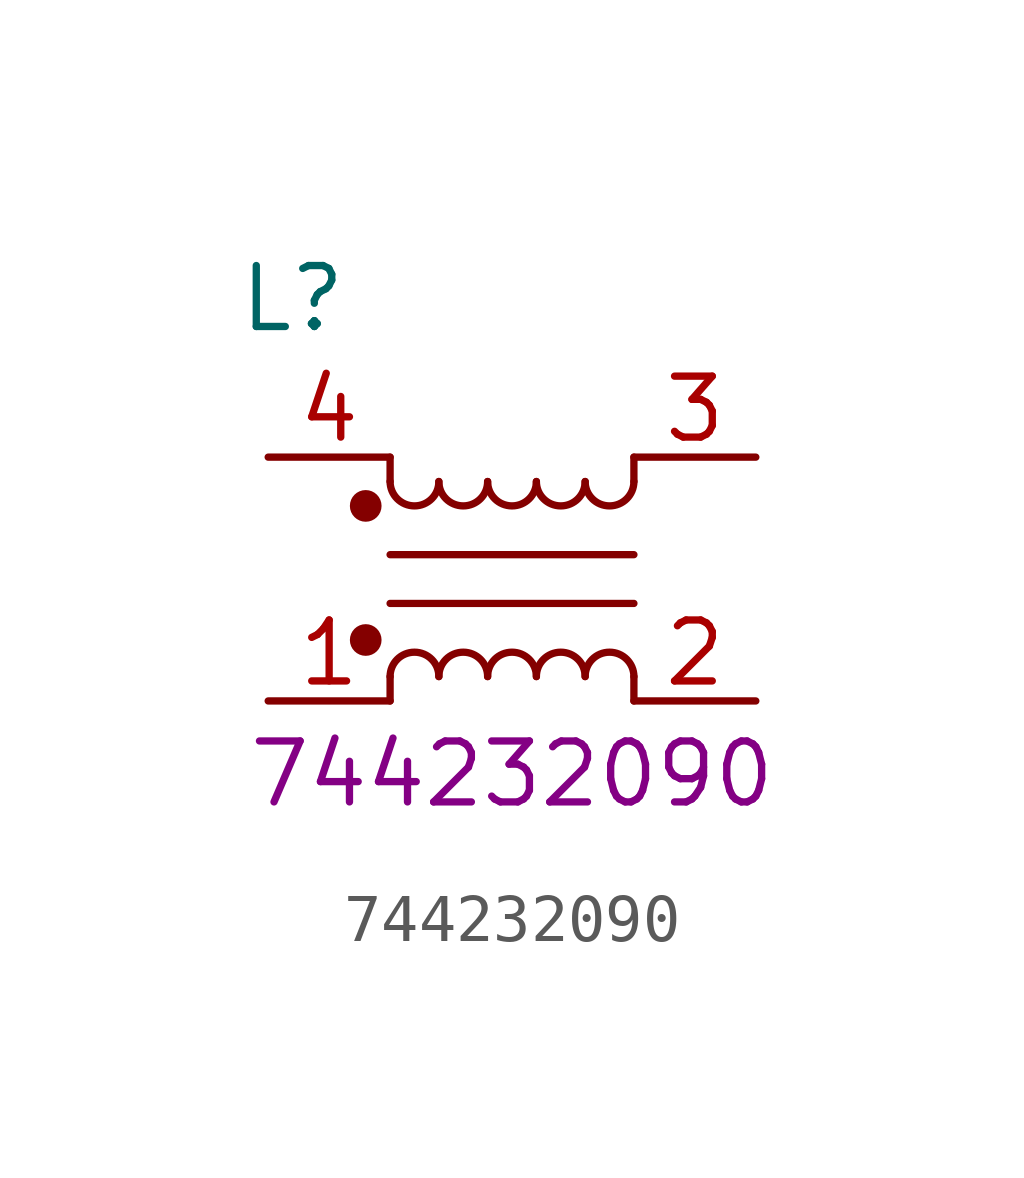
<source format=kicad_sym>
(kicad_symbol_lib
  (version 20241209)
  (generator "kicad_symbol_editor")
  (generator_version "9.0")
  (symbol "744232090"
    (pin_names
      (hide yes))
    (property "Reference" "L"
      (at 0.508 3.302 0)
      (effects (font (size 1.27 1.27))))
    (property "PartNumber" "744232090"
      (at 5.08 -6.604 0)
      (effects (font (size 1.27 1.27))))
    (symbol "744232090_1_1"
      (circle (center 2.032 -1.016) (radius 0.254) (stroke (width 0) (type default)) (fill (type outline)))
      (circle (center 2.032 -3.81) (radius 0.254) (stroke (width 0) (type default)) (fill (type outline)))
      (polyline (pts (xy 2.54 -0.508) (xy 2.54 0)) (stroke (width 0) (type default)) (fill (type none)))
      (polyline (pts (xy 2.54 -2.032) (xy 7.62 -2.032)) (stroke (width 0) (type default)) (fill (type none)))
      (polyline (pts (xy 2.54 -4.572) (xy 2.54 -5.08)) (stroke (width 0) (type default)) (fill (type none)))
      (arc (start 3.556 -0.508) (mid 3.048 -1.0138) (end 2.54 -0.508) (stroke (width 0) (type default)) (fill (type none)))
      (arc (start 2.54 -4.572) (mid 3.048 -4.0662) (end 3.556 -4.572) (stroke (width 0) (type default)) (fill (type none)))
      (arc (start 4.572 -0.508) (mid 4.064 -1.0138) (end 3.556 -0.508) (stroke (width 0) (type default)) (fill (type none)))
      (arc (start 3.556 -4.572) (mid 4.064 -4.0662) (end 4.572 -4.572) (stroke (width 0) (type default)) (fill (type none)))
      (arc (start 5.588 -0.508) (mid 5.08 -1.0138) (end 4.572 -0.508) (stroke (width 0) (type default)) (fill (type none)))
      (arc (start 4.572 -4.572) (mid 5.08 -4.0662) (end 5.588 -4.572) (stroke (width 0) (type default)) (fill (type none)))
      (arc (start 6.604 -0.508) (mid 6.096 -1.0138) (end 5.588 -0.508) (stroke (width 0) (type default)) (fill (type none)))
      (arc (start 5.588 -4.572) (mid 6.096 -4.0662) (end 6.604 -4.572) (stroke (width 0) (type default)) (fill (type none)))
      (arc (start 7.62 -0.508) (mid 7.112 -1.0138) (end 6.604 -0.508) (stroke (width 0) (type default)) (fill (type none)))
      (arc (start 6.604 -4.572) (mid 7.112 -4.0662) (end 7.62 -4.572) (stroke (width 0) (type default)) (fill (type none)))
      (polyline (pts (xy 7.62 0) (xy 7.62 -0.508)) (stroke (width 0) (type default)) (fill (type none)))
      (polyline (pts (xy 7.62 -3.048) (xy 2.54 -3.048)) (stroke (width 0) (type default)) (fill (type none)))
      (polyline (pts (xy 7.62 -4.572) (xy 7.62 -5.08)) (stroke (width 0) (type default)) (fill (type none)))
      (pin passive line (at 0 0 0) (length 2.54) (name "4" (effects (font (size 1.27 1.27)))) (number "4" (effects (font (size 1.27 1.27)))))
      (pin passive line (at 0 -5.08 0) (length 2.54) (name "1" (effects (font (size 1.27 1.27)))) (number "1" (effects (font (size 1.27 1.27)))))
      (pin passive line (at 10.16 0 180) (length 2.54) (name "3" (effects (font (size 1.27 1.27)))) (number "3" (effects (font (size 1.27 1.27)))))
      (pin passive line (at 10.16 -5.08 180) (length 2.54) (name "2" (effects (font (size 1.27 1.27)))) (number "2" (effects (font (size 1.27 1.27))))))))
</source>
